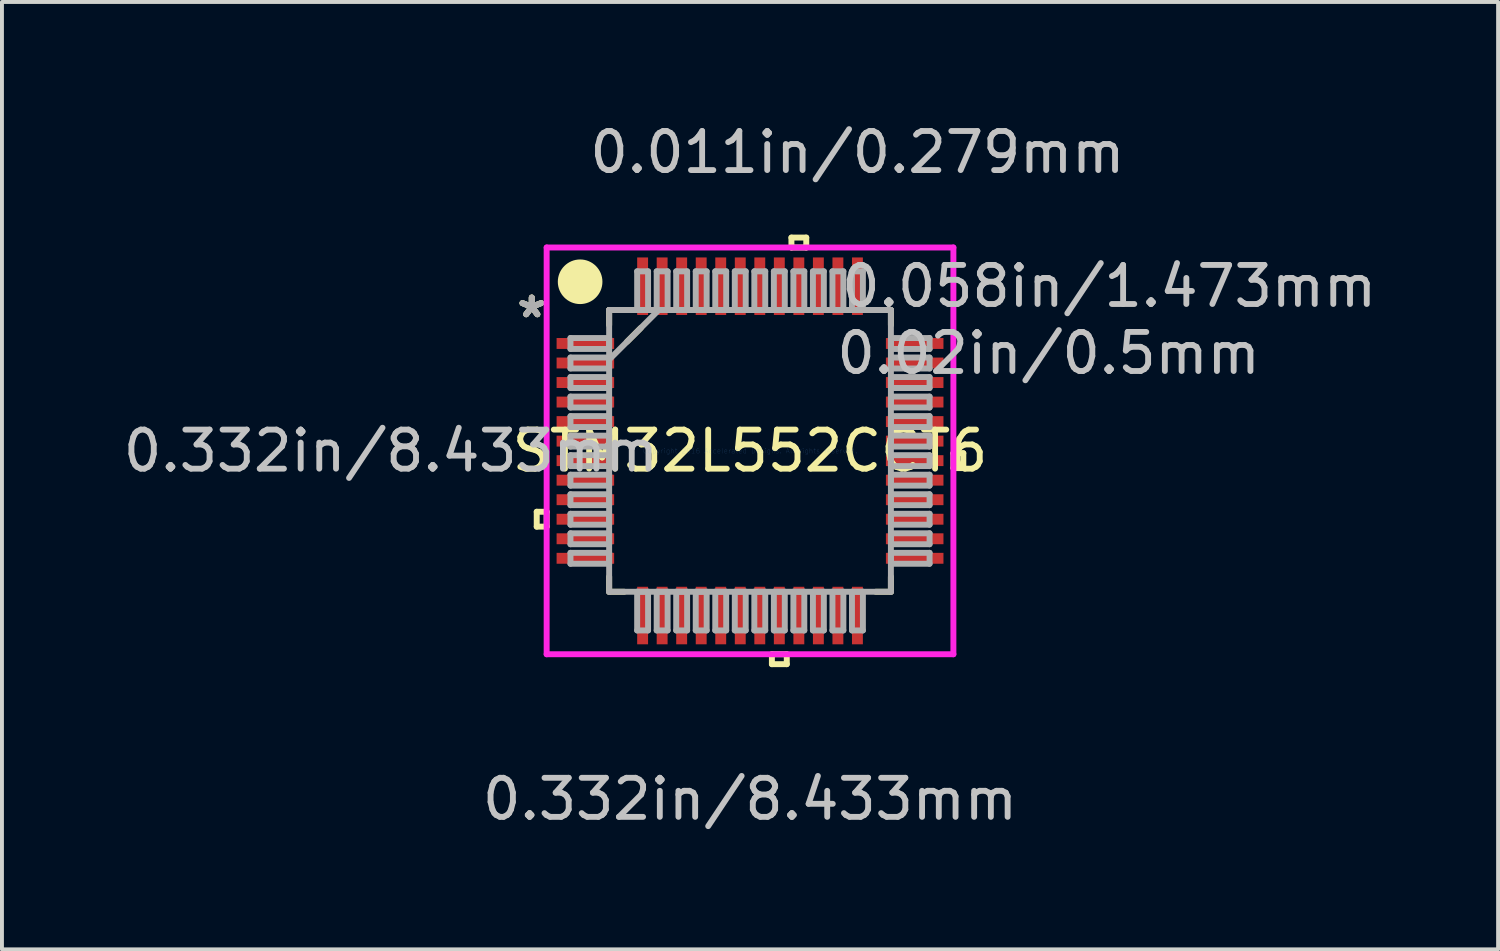
<source format=kicad_pcb>
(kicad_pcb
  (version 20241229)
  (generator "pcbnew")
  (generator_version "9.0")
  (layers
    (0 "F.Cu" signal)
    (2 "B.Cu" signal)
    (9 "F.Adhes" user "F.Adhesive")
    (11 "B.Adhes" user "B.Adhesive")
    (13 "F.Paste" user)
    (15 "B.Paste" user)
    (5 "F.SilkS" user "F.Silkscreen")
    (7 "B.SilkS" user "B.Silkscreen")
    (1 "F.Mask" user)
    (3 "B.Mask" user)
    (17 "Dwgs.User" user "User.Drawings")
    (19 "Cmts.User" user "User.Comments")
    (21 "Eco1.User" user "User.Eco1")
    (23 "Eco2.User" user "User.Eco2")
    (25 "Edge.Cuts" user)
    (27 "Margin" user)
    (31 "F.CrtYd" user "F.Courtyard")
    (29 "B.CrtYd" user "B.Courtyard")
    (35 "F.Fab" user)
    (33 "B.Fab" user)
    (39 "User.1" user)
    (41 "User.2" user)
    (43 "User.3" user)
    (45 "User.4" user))
  (footprint "STM32L552CCT6"
    (layer "F.Cu")
    (at 16.153 8.494)
    (property "Reference" "STM32L552CCT6" (at 0 0 0) (layer "F.SilkS") (effects (font (size 1 1) (thickness 0.15))))
    (fp_line (start -5.461 1.559) (end -5.461 1.94) (stroke (width 0.152) (type solid)) (layer "F.SilkS"))
    (fp_line (start -5.461 1.94) (end -5.207 1.94) (stroke (width 0.152) (type solid)) (layer "F.SilkS"))
    (fp_line (start -5.207 1.559) (end -5.461 1.559) (stroke (width 0.152) (type solid)) (layer "F.SilkS"))
    (fp_line (start -5.207 1.94) (end -5.207 1.559) (stroke (width 0.152) (type solid)) (layer "F.SilkS"))
    (fp_line (start -3.607 -3.607) (end -3.607 -3.222) (stroke (width 0.152) (type solid)) (layer "F.SilkS"))
    (fp_line (start -3.607 3.222) (end -3.607 3.607) (stroke (width 0.152) (type solid)) (layer "F.SilkS"))
    (fp_line (start -3.607 3.607) (end -3.222 3.607) (stroke (width 0.152) (type solid)) (layer "F.SilkS"))
    (fp_line (start -3.222 -3.607) (end -3.607 -3.607) (stroke (width 0.152) (type solid)) (layer "F.SilkS"))
    (fp_line (start -3.147 -2.797) (end -2.797 -3.147) (stroke (width 0.152) (type solid)) (layer "F.SilkS"))
    (fp_line (start 0.56 5.207) (end 0.56 5.461) (stroke (width 0.152) (type solid)) (layer "F.SilkS"))
    (fp_line (start 0.56 5.461) (end 0.941 5.461) (stroke (width 0.152) (type solid)) (layer "F.SilkS"))
    (fp_line (start 0.941 5.207) (end 0.56 5.207) (stroke (width 0.152) (type solid)) (layer "F.SilkS"))
    (fp_line (start 0.941 5.461) (end 0.941 5.207) (stroke (width 0.152) (type solid)) (layer "F.SilkS"))
    (fp_line (start 1.06 -5.461) (end 1.44 -5.461) (stroke (width 0.152) (type solid)) (layer "F.SilkS"))
    (fp_line (start 1.06 -5.207) (end 1.06 -5.461) (stroke (width 0.152) (type solid)) (layer "F.SilkS"))
    (fp_line (start 1.44 -5.461) (end 1.44 -5.207) (stroke (width 0.152) (type solid)) (layer "F.SilkS"))
    (fp_line (start 1.44 -5.207) (end 1.06 -5.207) (stroke (width 0.152) (type solid)) (layer "F.SilkS"))
    (fp_line (start 3.222 3.607) (end 3.607 3.607) (stroke (width 0.152) (type solid)) (layer "F.SilkS"))
    (fp_line (start 3.607 -3.607) (end 3.222 -3.607) (stroke (width 0.152) (type solid)) (layer "F.SilkS"))
    (fp_line (start 3.607 -3.222) (end 3.607 -3.607) (stroke (width 0.152) (type solid)) (layer "F.SilkS"))
    (fp_line (start 3.607 3.607) (end 3.607 3.222) (stroke (width 0.152) (type solid)) (layer "F.SilkS"))
    (fp_line (start 5.207 0.059) (end 5.461 0.059) (stroke (width 0.152) (type solid)) (layer "F.SilkS"))
    (fp_line (start 5.207 0.441) (end 5.207 0.059) (stroke (width 0.152) (type solid)) (layer "F.SilkS"))
    (fp_line (start 5.461 0.059) (end 5.461 0.441) (stroke (width 0.152) (type solid)) (layer "F.SilkS"))
    (fp_line (start 5.461 0.441) (end 5.207 0.441) (stroke (width 0.152) (type solid)) (layer "F.SilkS"))
    (fp_circle (center -4.35 -4.33) (end -3.839 -4.33) (stroke (width 0.12) (type solid)) (fill yes) (layer "F.SilkS"))
    (fp_line (start -5.207 -5.207) (end 5.207 -5.207) (stroke (width 0.152) (type solid)) (layer "F.CrtYd"))
    (fp_line (start -5.207 5.207) (end -5.207 -5.207) (stroke (width 0.152) (type solid)) (layer "F.CrtYd"))
    (fp_line (start 5.207 -5.207) (end 5.207 5.207) (stroke (width 0.152) (type solid)) (layer "F.CrtYd"))
    (fp_line (start 5.207 5.207) (end -5.207 5.207) (stroke (width 0.152) (type solid)) (layer "F.CrtYd"))
    (fp_line (start -4.597 -2.89) (end -4.597 -2.61) (stroke (width 0.152) (type solid)) (layer "F.Fab"))
    (fp_line (start -4.597 -2.61) (end -3.607 -2.61) (stroke (width 0.152) (type solid)) (layer "F.Fab"))
    (fp_line (start -4.597 -2.39) (end -4.597 -2.11) (stroke (width 0.152) (type solid)) (layer "F.Fab"))
    (fp_line (start -4.597 -2.11) (end -3.607 -2.11) (stroke (width 0.152) (type solid)) (layer "F.Fab"))
    (fp_line (start -4.597 -1.89) (end -4.597 -1.61) (stroke (width 0.152) (type solid)) (layer "F.Fab"))
    (fp_line (start -4.597 -1.61) (end -3.607 -1.61) (stroke (width 0.152) (type solid)) (layer "F.Fab"))
    (fp_line (start -4.597 -1.39) (end -4.597 -1.11) (stroke (width 0.152) (type solid)) (layer "F.Fab"))
    (fp_line (start -4.597 -1.11) (end -3.607 -1.11) (stroke (width 0.152) (type solid)) (layer "F.Fab"))
    (fp_line (start -4.597 -0.89) (end -4.597 -0.61) (stroke (width 0.152) (type solid)) (layer "F.Fab"))
    (fp_line (start -4.597 -0.61) (end -3.607 -0.61) (stroke (width 0.152) (type solid)) (layer "F.Fab"))
    (fp_line (start -4.597 -0.39) (end -4.597 -0.11) (stroke (width 0.152) (type solid)) (layer "F.Fab"))
    (fp_line (start -4.597 -0.11) (end -3.607 -0.11) (stroke (width 0.152) (type solid)) (layer "F.Fab"))
    (fp_line (start -4.597 0.11) (end -4.597 0.39) (stroke (width 0.152) (type solid)) (layer "F.Fab"))
    (fp_line (start -4.597 0.39) (end -3.607 0.39) (stroke (width 0.152) (type solid)) (layer "F.Fab"))
    (fp_line (start -4.597 0.61) (end -4.597 0.89) (stroke (width 0.152) (type solid)) (layer "F.Fab"))
    (fp_line (start -4.597 0.89) (end -3.607 0.89) (stroke (width 0.152) (type solid)) (layer "F.Fab"))
    (fp_line (start -4.597 1.11) (end -4.597 1.39) (stroke (width 0.152) (type solid)) (layer "F.Fab"))
    (fp_line (start -4.597 1.39) (end -3.607 1.39) (stroke (width 0.152) (type solid)) (layer "F.Fab"))
    (fp_line (start -4.597 1.61) (end -4.597 1.89) (stroke (width 0.152) (type solid)) (layer "F.Fab"))
    (fp_line (start -4.597 1.89) (end -3.607 1.89) (stroke (width 0.152) (type solid)) (layer "F.Fab"))
    (fp_line (start -4.597 2.11) (end -4.597 2.39) (stroke (width 0.152) (type solid)) (layer "F.Fab"))
    (fp_line (start -4.597 2.39) (end -3.607 2.39) (stroke (width 0.152) (type solid)) (layer "F.Fab"))
    (fp_line (start -4.597 2.61) (end -4.597 2.89) (stroke (width 0.152) (type solid)) (layer "F.Fab"))
    (fp_line (start -4.597 2.89) (end -3.607 2.89) (stroke (width 0.152) (type solid)) (layer "F.Fab"))
    (fp_line (start -3.607 -3.607) (end -3.607 -3.607) (stroke (width 0.152) (type solid)) (layer "F.Fab"))
    (fp_line (start -3.607 -3.607) (end -3.607 3.607) (stroke (width 0.152) (type solid)) (layer "F.Fab"))
    (fp_line (start -3.607 -2.89) (end -4.597 -2.89) (stroke (width 0.152) (type solid)) (layer "F.Fab"))
    (fp_line (start -3.607 -2.61) (end -3.607 -2.89) (stroke (width 0.152) (type solid)) (layer "F.Fab"))
    (fp_line (start -3.607 -2.39) (end -4.597 -2.39) (stroke (width 0.152) (type solid)) (layer "F.Fab"))
    (fp_line (start -3.607 -2.337) (end -2.337 -3.607) (stroke (width 0.152) (type solid)) (layer "F.Fab"))
    (fp_line (start -3.607 -2.11) (end -3.607 -2.39) (stroke (width 0.152) (type solid)) (layer "F.Fab"))
    (fp_line (start -3.607 -1.89) (end -4.597 -1.89) (stroke (width 0.152) (type solid)) (layer "F.Fab"))
    (fp_line (start -3.607 -1.61) (end -3.607 -1.89) (stroke (width 0.152) (type solid)) (layer "F.Fab"))
    (fp_line (start -3.607 -1.39) (end -4.597 -1.39) (stroke (width 0.152) (type solid)) (layer "F.Fab"))
    (fp_line (start -3.607 -1.11) (end -3.607 -1.39) (stroke (width 0.152) (type solid)) (layer "F.Fab"))
    (fp_line (start -3.607 -0.89) (end -4.597 -0.89) (stroke (width 0.152) (type solid)) (layer "F.Fab"))
    (fp_line (start -3.607 -0.61) (end -3.607 -0.89) (stroke (width 0.152) (type solid)) (layer "F.Fab"))
    (fp_line (start -3.607 -0.39) (end -4.597 -0.39) (stroke (width 0.152) (type solid)) (layer "F.Fab"))
    (fp_line (start -3.607 -0.11) (end -3.607 -0.39) (stroke (width 0.152) (type solid)) (layer "F.Fab"))
    (fp_line (start -3.607 0.11) (end -4.597 0.11) (stroke (width 0.152) (type solid)) (layer "F.Fab"))
    (fp_line (start -3.607 0.39) (end -3.607 0.11) (stroke (width 0.152) (type solid)) (layer "F.Fab"))
    (fp_line (start -3.607 0.61) (end -4.597 0.61) (stroke (width 0.152) (type solid)) (layer "F.Fab"))
    (fp_line (start -3.607 0.89) (end -3.607 0.61) (stroke (width 0.152) (type solid)) (layer "F.Fab"))
    (fp_line (start -3.607 1.11) (end -4.597 1.11) (stroke (width 0.152) (type solid)) (layer "F.Fab"))
    (fp_line (start -3.607 1.39) (end -3.607 1.11) (stroke (width 0.152) (type solid)) (layer "F.Fab"))
    (fp_line (start -3.607 1.61) (end -4.597 1.61) (stroke (width 0.152) (type solid)) (layer "F.Fab"))
    (fp_line (start -3.607 1.89) (end -3.607 1.61) (stroke (width 0.152) (type solid)) (layer "F.Fab"))
    (fp_line (start -3.607 2.11) (end -4.597 2.11) (stroke (width 0.152) (type solid)) (layer "F.Fab"))
    (fp_line (start -3.607 2.39) (end -3.607 2.11) (stroke (width 0.152) (type solid)) (layer "F.Fab"))
    (fp_line (start -3.607 2.61) (end -4.597 2.61) (stroke (width 0.152) (type solid)) (layer "F.Fab"))
    (fp_line (start -3.607 2.89) (end -3.607 2.61) (stroke (width 0.152) (type solid)) (layer "F.Fab"))
    (fp_line (start -3.607 3.607) (end -3.607 3.607) (stroke (width 0.152) (type solid)) (layer "F.Fab"))
    (fp_line (start -3.607 3.607) (end 3.607 3.607) (stroke (width 0.152) (type solid)) (layer "F.Fab"))
    (fp_line (start -2.89 -4.597) (end -2.89 -3.607) (stroke (width 0.152) (type solid)) (layer "F.Fab"))
    (fp_line (start -2.89 -3.607) (end -2.61 -3.607) (stroke (width 0.152) (type solid)) (layer "F.Fab"))
    (fp_line (start -2.89 3.607) (end -2.89 4.597) (stroke (width 0.152) (type solid)) (layer "F.Fab"))
    (fp_line (start -2.89 4.597) (end -2.61 4.597) (stroke (width 0.152) (type solid)) (layer "F.Fab"))
    (fp_line (start -2.61 -4.597) (end -2.89 -4.597) (stroke (width 0.152) (type solid)) (layer "F.Fab"))
    (fp_line (start -2.61 -3.607) (end -2.61 -4.597) (stroke (width 0.152) (type solid)) (layer "F.Fab"))
    (fp_line (start -2.61 3.607) (end -2.89 3.607) (stroke (width 0.152) (type solid)) (layer "F.Fab"))
    (fp_line (start -2.61 4.597) (end -2.61 3.607) (stroke (width 0.152) (type solid)) (layer "F.Fab"))
    (fp_line (start -2.39 -4.597) (end -2.39 -3.607) (stroke (width 0.152) (type solid)) (layer "F.Fab"))
    (fp_line (start -2.39 -3.607) (end -2.11 -3.607) (stroke (width 0.152) (type solid)) (layer "F.Fab"))
    (fp_line (start -2.39 3.607) (end -2.39 4.597) (stroke (width 0.152) (type solid)) (layer "F.Fab"))
    (fp_line (start -2.39 4.597) (end -2.11 4.597) (stroke (width 0.152) (type solid)) (layer "F.Fab"))
    (fp_line (start -2.11 -4.597) (end -2.39 -4.597) (stroke (width 0.152) (type solid)) (layer "F.Fab"))
    (fp_line (start -2.11 -3.607) (end -2.11 -4.597) (stroke (width 0.152) (type solid)) (layer "F.Fab"))
    (fp_line (start -2.11 3.607) (end -2.39 3.607) (stroke (width 0.152) (type solid)) (layer "F.Fab"))
    (fp_line (start -2.11 4.597) (end -2.11 3.607) (stroke (width 0.152) (type solid)) (layer "F.Fab"))
    (fp_line (start -1.89 -4.597) (end -1.89 -3.607) (stroke (width 0.152) (type solid)) (layer "F.Fab"))
    (fp_line (start -1.89 -3.607) (end -1.61 -3.607) (stroke (width 0.152) (type solid)) (layer "F.Fab"))
    (fp_line (start -1.89 3.607) (end -1.89 4.597) (stroke (width 0.152) (type solid)) (layer "F.Fab"))
    (fp_line (start -1.89 4.597) (end -1.61 4.597) (stroke (width 0.152) (type solid)) (layer "F.Fab"))
    (fp_line (start -1.61 -4.597) (end -1.89 -4.597) (stroke (width 0.152) (type solid)) (layer "F.Fab"))
    (fp_line (start -1.61 -3.607) (end -1.61 -4.597) (stroke (width 0.152) (type solid)) (layer "F.Fab"))
    (fp_line (start -1.61 3.607) (end -1.89 3.607) (stroke (width 0.152) (type solid)) (layer "F.Fab"))
    (fp_line (start -1.61 4.597) (end -1.61 3.607) (stroke (width 0.152) (type solid)) (layer "F.Fab"))
    (fp_line (start -1.39 -4.597) (end -1.39 -3.607) (stroke (width 0.152) (type solid)) (layer "F.Fab"))
    (fp_line (start -1.39 -3.607) (end -1.11 -3.607) (stroke (width 0.152) (type solid)) (layer "F.Fab"))
    (fp_line (start -1.39 3.607) (end -1.39 4.597) (stroke (width 0.152) (type solid)) (layer "F.Fab"))
    (fp_line (start -1.39 4.597) (end -1.11 4.597) (stroke (width 0.152) (type solid)) (layer "F.Fab"))
    (fp_line (start -1.11 -4.597) (end -1.39 -4.597) (stroke (width 0.152) (type solid)) (layer "F.Fab"))
    (fp_line (start -1.11 -3.607) (end -1.11 -4.597) (stroke (width 0.152) (type solid)) (layer "F.Fab"))
    (fp_line (start -1.11 3.607) (end -1.39 3.607) (stroke (width 0.152) (type solid)) (layer "F.Fab"))
    (fp_line (start -1.11 4.597) (end -1.11 3.607) (stroke (width 0.152) (type solid)) (layer "F.Fab"))
    (fp_line (start -0.89 -4.597) (end -0.89 -3.607) (stroke (width 0.152) (type solid)) (layer "F.Fab"))
    (fp_line (start -0.89 -3.607) (end -0.61 -3.607) (stroke (width 0.152) (type solid)) (layer "F.Fab"))
    (fp_line (start -0.89 3.607) (end -0.89 4.597) (stroke (width 0.152) (type solid)) (layer "F.Fab"))
    (fp_line (start -0.89 4.597) (end -0.61 4.597) (stroke (width 0.152) (type solid)) (layer "F.Fab"))
    (fp_line (start -0.61 -4.597) (end -0.89 -4.597) (stroke (width 0.152) (type solid)) (layer "F.Fab"))
    (fp_line (start -0.61 -3.607) (end -0.61 -4.597) (stroke (width 0.152) (type solid)) (layer "F.Fab"))
    (fp_line (start -0.61 3.607) (end -0.89 3.607) (stroke (width 0.152) (type solid)) (layer "F.Fab"))
    (fp_line (start -0.61 4.597) (end -0.61 3.607) (stroke (width 0.152) (type solid)) (layer "F.Fab"))
    (fp_line (start -0.39 -4.597) (end -0.39 -3.607) (stroke (width 0.152) (type solid)) (layer "F.Fab"))
    (fp_line (start -0.39 -3.607) (end -0.11 -3.607) (stroke (width 0.152) (type solid)) (layer "F.Fab"))
    (fp_line (start -0.39 3.607) (end -0.39 4.597) (stroke (width 0.152) (type solid)) (layer "F.Fab"))
    (fp_line (start -0.39 4.597) (end -0.11 4.597) (stroke (width 0.152) (type solid)) (layer "F.Fab"))
    (fp_line (start -0.11 -4.597) (end -0.39 -4.597) (stroke (width 0.152) (type solid)) (layer "F.Fab"))
    (fp_line (start -0.11 -3.607) (end -0.11 -4.597) (stroke (width 0.152) (type solid)) (layer "F.Fab"))
    (fp_line (start -0.11 3.607) (end -0.39 3.607) (stroke (width 0.152) (type solid)) (layer "F.Fab"))
    (fp_line (start -0.11 4.597) (end -0.11 3.607) (stroke (width 0.152) (type solid)) (layer "F.Fab"))
    (fp_line (start 0.11 -4.597) (end 0.11 -3.607) (stroke (width 0.152) (type solid)) (layer "F.Fab"))
    (fp_line (start 0.11 -3.607) (end 0.39 -3.607) (stroke (width 0.152) (type solid)) (layer "F.Fab"))
    (fp_line (start 0.11 3.607) (end 0.11 4.597) (stroke (width 0.152) (type solid)) (layer "F.Fab"))
    (fp_line (start 0.11 4.597) (end 0.39 4.597) (stroke (width 0.152) (type solid)) (layer "F.Fab"))
    (fp_line (start 0.39 -4.597) (end 0.11 -4.597) (stroke (width 0.152) (type solid)) (layer "F.Fab"))
    (fp_line (start 0.39 -3.607) (end 0.39 -4.597) (stroke (width 0.152) (type solid)) (layer "F.Fab"))
    (fp_line (start 0.39 3.607) (end 0.11 3.607) (stroke (width 0.152) (type solid)) (layer "F.Fab"))
    (fp_line (start 0.39 4.597) (end 0.39 3.607) (stroke (width 0.152) (type solid)) (layer "F.Fab"))
    (fp_line (start 0.61 -4.597) (end 0.61 -3.607) (stroke (width 0.152) (type solid)) (layer "F.Fab"))
    (fp_line (start 0.61 -3.607) (end 0.89 -3.607) (stroke (width 0.152) (type solid)) (layer "F.Fab"))
    (fp_line (start 0.61 3.607) (end 0.61 4.597) (stroke (width 0.152) (type solid)) (layer "F.Fab"))
    (fp_line (start 0.61 4.597) (end 0.89 4.597) (stroke (width 0.152) (type solid)) (layer "F.Fab"))
    (fp_line (start 0.89 -4.597) (end 0.61 -4.597) (stroke (width 0.152) (type solid)) (layer "F.Fab"))
    (fp_line (start 0.89 -3.607) (end 0.89 -4.597) (stroke (width 0.152) (type solid)) (layer "F.Fab"))
    (fp_line (start 0.89 3.607) (end 0.61 3.607) (stroke (width 0.152) (type solid)) (layer "F.Fab"))
    (fp_line (start 0.89 4.597) (end 0.89 3.607) (stroke (width 0.152) (type solid)) (layer "F.Fab"))
    (fp_line (start 1.11 -4.597) (end 1.11 -3.607) (stroke (width 0.152) (type solid)) (layer "F.Fab"))
    (fp_line (start 1.11 -3.607) (end 1.39 -3.607) (stroke (width 0.152) (type solid)) (layer "F.Fab"))
    (fp_line (start 1.11 3.607) (end 1.11 4.597) (stroke (width 0.152) (type solid)) (layer "F.Fab"))
    (fp_line (start 1.11 4.597) (end 1.39 4.597) (stroke (width 0.152) (type solid)) (layer "F.Fab"))
    (fp_line (start 1.39 -4.597) (end 1.11 -4.597) (stroke (width 0.152) (type solid)) (layer "F.Fab"))
    (fp_line (start 1.39 -3.607) (end 1.39 -4.597) (stroke (width 0.152) (type solid)) (layer "F.Fab"))
    (fp_line (start 1.39 3.607) (end 1.11 3.607) (stroke (width 0.152) (type solid)) (layer "F.Fab"))
    (fp_line (start 1.39 4.597) (end 1.39 3.607) (stroke (width 0.152) (type solid)) (layer "F.Fab"))
    (fp_line (start 1.61 -4.597) (end 1.61 -3.607) (stroke (width 0.152) (type solid)) (layer "F.Fab"))
    (fp_line (start 1.61 -3.607) (end 1.89 -3.607) (stroke (width 0.152) (type solid)) (layer "F.Fab"))
    (fp_line (start 1.61 3.607) (end 1.61 4.597) (stroke (width 0.152) (type solid)) (layer "F.Fab"))
    (fp_line (start 1.61 4.597) (end 1.89 4.597) (stroke (width 0.152) (type solid)) (layer "F.Fab"))
    (fp_line (start 1.89 -4.597) (end 1.61 -4.597) (stroke (width 0.152) (type solid)) (layer "F.Fab"))
    (fp_line (start 1.89 -3.607) (end 1.89 -4.597) (stroke (width 0.152) (type solid)) (layer "F.Fab"))
    (fp_line (start 1.89 3.607) (end 1.61 3.607) (stroke (width 0.152) (type solid)) (layer "F.Fab"))
    (fp_line (start 1.89 4.597) (end 1.89 3.607) (stroke (width 0.152) (type solid)) (layer "F.Fab"))
    (fp_line (start 2.11 -4.597) (end 2.11 -3.607) (stroke (width 0.152) (type solid)) (layer "F.Fab"))
    (fp_line (start 2.11 -3.607) (end 2.39 -3.607) (stroke (width 0.152) (type solid)) (layer "F.Fab"))
    (fp_line (start 2.11 3.607) (end 2.11 4.597) (stroke (width 0.152) (type solid)) (layer "F.Fab"))
    (fp_line (start 2.11 4.597) (end 2.39 4.597) (stroke (width 0.152) (type solid)) (layer "F.Fab"))
    (fp_line (start 2.39 -4.597) (end 2.11 -4.597) (stroke (width 0.152) (type solid)) (layer "F.Fab"))
    (fp_line (start 2.39 -3.607) (end 2.39 -4.597) (stroke (width 0.152) (type solid)) (layer "F.Fab"))
    (fp_line (start 2.39 3.607) (end 2.11 3.607) (stroke (width 0.152) (type solid)) (layer "F.Fab"))
    (fp_line (start 2.39 4.597) (end 2.39 3.607) (stroke (width 0.152) (type solid)) (layer "F.Fab"))
    (fp_line (start 2.61 -4.597) (end 2.61 -3.607) (stroke (width 0.152) (type solid)) (layer "F.Fab"))
    (fp_line (start 2.61 -3.607) (end 2.89 -3.607) (stroke (width 0.152) (type solid)) (layer "F.Fab"))
    (fp_line (start 2.61 3.607) (end 2.61 4.597) (stroke (width 0.152) (type solid)) (layer "F.Fab"))
    (fp_line (start 2.61 4.597) (end 2.89 4.597) (stroke (width 0.152) (type solid)) (layer "F.Fab"))
    (fp_line (start 2.89 -4.597) (end 2.61 -4.597) (stroke (width 0.152) (type solid)) (layer "F.Fab"))
    (fp_line (start 2.89 -3.607) (end 2.89 -4.597) (stroke (width 0.152) (type solid)) (layer "F.Fab"))
    (fp_line (start 2.89 3.607) (end 2.61 3.607) (stroke (width 0.152) (type solid)) (layer "F.Fab"))
    (fp_line (start 2.89 4.597) (end 2.89 3.607) (stroke (width 0.152) (type solid)) (layer "F.Fab"))
    (fp_line (start 3.607 -3.607) (end -3.607 -3.607) (stroke (width 0.152) (type solid)) (layer "F.Fab"))
    (fp_line (start 3.607 -3.607) (end 3.607 -3.607) (stroke (width 0.152) (type solid)) (layer "F.Fab"))
    (fp_line (start 3.607 -2.89) (end 3.607 -2.61) (stroke (width 0.152) (type solid)) (layer "F.Fab"))
    (fp_line (start 3.607 -2.61) (end 4.597 -2.61) (stroke (width 0.152) (type solid)) (layer "F.Fab"))
    (fp_line (start 3.607 -2.39) (end 3.607 -2.11) (stroke (width 0.152) (type solid)) (layer "F.Fab"))
    (fp_line (start 3.607 -2.11) (end 4.597 -2.11) (stroke (width 0.152) (type solid)) (layer "F.Fab"))
    (fp_line (start 3.607 -1.89) (end 3.607 -1.61) (stroke (width 0.152) (type solid)) (layer "F.Fab"))
    (fp_line (start 3.607 -1.61) (end 4.597 -1.61) (stroke (width 0.152) (type solid)) (layer "F.Fab"))
    (fp_line (start 3.607 -1.39) (end 3.607 -1.11) (stroke (width 0.152) (type solid)) (layer "F.Fab"))
    (fp_line (start 3.607 -1.11) (end 4.597 -1.11) (stroke (width 0.152) (type solid)) (layer "F.Fab"))
    (fp_line (start 3.607 -0.89) (end 3.607 -0.61) (stroke (width 0.152) (type solid)) (layer "F.Fab"))
    (fp_line (start 3.607 -0.61) (end 4.597 -0.61) (stroke (width 0.152) (type solid)) (layer "F.Fab"))
    (fp_line (start 3.607 -0.39) (end 3.607 -0.11) (stroke (width 0.152) (type solid)) (layer "F.Fab"))
    (fp_line (start 3.607 -0.11) (end 4.597 -0.11) (stroke (width 0.152) (type solid)) (layer "F.Fab"))
    (fp_line (start 3.607 0.11) (end 3.607 0.39) (stroke (width 0.152) (type solid)) (layer "F.Fab"))
    (fp_line (start 3.607 0.39) (end 4.597 0.39) (stroke (width 0.152) (type solid)) (layer "F.Fab"))
    (fp_line (start 3.607 0.61) (end 3.607 0.89) (stroke (width 0.152) (type solid)) (layer "F.Fab"))
    (fp_line (start 3.607 0.89) (end 4.597 0.89) (stroke (width 0.152) (type solid)) (layer "F.Fab"))
    (fp_line (start 3.607 1.11) (end 3.607 1.39) (stroke (width 0.152) (type solid)) (layer "F.Fab"))
    (fp_line (start 3.607 1.39) (end 4.597 1.39) (stroke (width 0.152) (type solid)) (layer "F.Fab"))
    (fp_line (start 3.607 1.61) (end 3.607 1.89) (stroke (width 0.152) (type solid)) (layer "F.Fab"))
    (fp_line (start 3.607 1.89) (end 4.597 1.89) (stroke (width 0.152) (type solid)) (layer "F.Fab"))
    (fp_line (start 3.607 2.11) (end 3.607 2.39) (stroke (width 0.152) (type solid)) (layer "F.Fab"))
    (fp_line (start 3.607 2.39) (end 4.597 2.39) (stroke (width 0.152) (type solid)) (layer "F.Fab"))
    (fp_line (start 3.607 2.61) (end 3.607 2.89) (stroke (width 0.152) (type solid)) (layer "F.Fab"))
    (fp_line (start 3.607 2.89) (end 4.597 2.89) (stroke (width 0.152) (type solid)) (layer "F.Fab"))
    (fp_line (start 3.607 3.607) (end 3.607 -3.607) (stroke (width 0.152) (type solid)) (layer "F.Fab"))
    (fp_line (start 3.607 3.607) (end 3.607 3.607) (stroke (width 0.152) (type solid)) (layer "F.Fab"))
    (fp_line (start 4.597 -2.89) (end 3.607 -2.89) (stroke (width 0.152) (type solid)) (layer "F.Fab"))
    (fp_line (start 4.597 -2.61) (end 4.597 -2.89) (stroke (width 0.152) (type solid)) (layer "F.Fab"))
    (fp_line (start 4.597 -2.39) (end 3.607 -2.39) (stroke (width 0.152) (type solid)) (layer "F.Fab"))
    (fp_line (start 4.597 -2.11) (end 4.597 -2.39) (stroke (width 0.152) (type solid)) (layer "F.Fab"))
    (fp_line (start 4.597 -1.89) (end 3.607 -1.89) (stroke (width 0.152) (type solid)) (layer "F.Fab"))
    (fp_line (start 4.597 -1.61) (end 4.597 -1.89) (stroke (width 0.152) (type solid)) (layer "F.Fab"))
    (fp_line (start 4.597 -1.39) (end 3.607 -1.39) (stroke (width 0.152) (type solid)) (layer "F.Fab"))
    (fp_line (start 4.597 -1.11) (end 4.597 -1.39) (stroke (width 0.152) (type solid)) (layer "F.Fab"))
    (fp_line (start 4.597 -0.89) (end 3.607 -0.89) (stroke (width 0.152) (type solid)) (layer "F.Fab"))
    (fp_line (start 4.597 -0.61) (end 4.597 -0.89) (stroke (width 0.152) (type solid)) (layer "F.Fab"))
    (fp_line (start 4.597 -0.39) (end 3.607 -0.39) (stroke (width 0.152) (type solid)) (layer "F.Fab"))
    (fp_line (start 4.597 -0.11) (end 4.597 -0.39) (stroke (width 0.152) (type solid)) (layer "F.Fab"))
    (fp_line (start 4.597 0.11) (end 3.607 0.11) (stroke (width 0.152) (type solid)) (layer "F.Fab"))
    (fp_line (start 4.597 0.39) (end 4.597 0.11) (stroke (width 0.152) (type solid)) (layer "F.Fab"))
    (fp_line (start 4.597 0.61) (end 3.607 0.61) (stroke (width 0.152) (type solid)) (layer "F.Fab"))
    (fp_line (start 4.597 0.89) (end 4.597 0.61) (stroke (width 0.152) (type solid)) (layer "F.Fab"))
    (fp_line (start 4.597 1.11) (end 3.607 1.11) (stroke (width 0.152) (type solid)) (layer "F.Fab"))
    (fp_line (start 4.597 1.39) (end 4.597 1.11) (stroke (width 0.152) (type solid)) (layer "F.Fab"))
    (fp_line (start 4.597 1.61) (end 3.607 1.61) (stroke (width 0.152) (type solid)) (layer "F.Fab"))
    (fp_line (start 4.597 1.89) (end 4.597 1.61) (stroke (width 0.152) (type solid)) (layer "F.Fab"))
    (fp_line (start 4.597 2.11) (end 3.607 2.11) (stroke (width 0.152) (type solid)) (layer "F.Fab"))
    (fp_line (start 4.597 2.39) (end 4.597 2.11) (stroke (width 0.152) (type solid)) (layer "F.Fab"))
    (fp_line (start 4.597 2.61) (end 3.607 2.61) (stroke (width 0.152) (type solid)) (layer "F.Fab"))
    (fp_line (start 4.597 2.89) (end 4.597 2.61) (stroke (width 0.152) (type solid)) (layer "F.Fab"))
    (fp_text user "*" (at -5.588 -3.381 0) (layer "F.SilkS") (effects (font (size 1 1) (thickness 0.15))))
    (fp_text user "*" (at -5.588 -3.381 0) (layer "F.SilkS") (effects (font (size 1 1) (thickness 0.15))))
    (fp_text user "0.02in/0.5mm" (at 7.645 -2.5 0) (layer "Dwgs.User") (effects (font (size 1 1) (thickness 0.15))))
    (fp_text user "0.058in/1.473mm" (at 9.195 -4.216 0) (layer "Dwgs.User") (effects (font (size 1 1) (thickness 0.15))))
    (fp_text user "0.332in/8.433mm" (at -9.195 0 0) (layer "Dwgs.User") (effects (font (size 1 1) (thickness 0.15))))
    (fp_text user "0.332in/8.433mm" (at 0 8.915 0) (layer "Dwgs.User") (effects (font (size 1 1) (thickness 0.15))))
    (fp_text user "0.011in/0.279mm" (at 2.75 -7.645 0) (layer "Dwgs.User") (effects (font (size 1 1) (thickness 0.15))))
    (fp_text user "Copyright 2016 Accelerated Designs. All rights reserved." (at 0 0 0) (layer "Cmts.User") (effects (font (size 0.127 0.127) (thickness 0.002))))
    (fp_text user "*" (at -5.588 -3.381 0) (layer "F.Fab") (effects (font (size 1 1) (thickness 0.15))))
    (fp_text user "*" (at -5.588 -3.381 0) (layer "F.Fab") (effects (font (size 1 1) (thickness 0.15))))
    (pad "1" smd rect (at -4.216 -2.75 90) (size 0.279 1.473) (layers "F.Cu" "F.Mask" "F.Paste"))
    (pad "2" smd rect (at -4.216 -2.25 90) (size 0.279 1.473) (layers "F.Cu" "F.Mask" "F.Paste"))
    (pad "3" smd rect (at -4.216 -1.75 90) (size 0.279 1.473) (layers "F.Cu" "F.Mask" "F.Paste"))
    (pad "4" smd rect (at -4.216 -1.25 90) (size 0.279 1.473) (layers "F.Cu" "F.Mask" "F.Paste"))
    (pad "5" smd rect (at -4.216 -0.75 90) (size 0.279 1.473) (layers "F.Cu" "F.Mask" "F.Paste"))
    (pad "6" smd rect (at -4.216 -0.25 90) (size 0.279 1.473) (layers "F.Cu" "F.Mask" "F.Paste"))
    (pad "7" smd rect (at -4.216 0.25 90) (size 0.279 1.473) (layers "F.Cu" "F.Mask" "F.Paste"))
    (pad "8" smd rect (at -4.216 0.75 90) (size 0.279 1.473) (layers "F.Cu" "F.Mask" "F.Paste"))
    (pad "9" smd rect (at -4.216 1.25 90) (size 0.279 1.473) (layers "F.Cu" "F.Mask" "F.Paste"))
    (pad "10" smd rect (at -4.216 1.75 90) (size 0.279 1.473) (layers "F.Cu" "F.Mask" "F.Paste"))
    (pad "11" smd rect (at -4.216 2.25 90) (size 0.279 1.473) (layers "F.Cu" "F.Mask" "F.Paste"))
    (pad "12" smd rect (at -4.216 2.75 90) (size 0.279 1.473) (layers "F.Cu" "F.Mask" "F.Paste"))
    (pad "13" smd rect (at -2.75 4.216) (size 0.279 1.473) (layers "F.Cu" "F.Mask" "F.Paste"))
    (pad "14" smd rect (at -2.25 4.216) (size 0.279 1.473) (layers "F.Cu" "F.Mask" "F.Paste"))
    (pad "15" smd rect (at -1.75 4.216) (size 0.279 1.473) (layers "F.Cu" "F.Mask" "F.Paste"))
    (pad "16" smd rect (at -1.25 4.216) (size 0.279 1.473) (layers "F.Cu" "F.Mask" "F.Paste"))
    (pad "17" smd rect (at -0.75 4.216) (size 0.279 1.473) (layers "F.Cu" "F.Mask" "F.Paste"))
    (pad "18" smd rect (at -0.25 4.216) (size 0.279 1.473) (layers "F.Cu" "F.Mask" "F.Paste"))
    (pad "19" smd rect (at 0.25 4.216) (size 0.279 1.473) (layers "F.Cu" "F.Mask" "F.Paste"))
    (pad "20" smd rect (at 0.75 4.216) (size 0.279 1.473) (layers "F.Cu" "F.Mask" "F.Paste"))
    (pad "21" smd rect (at 1.25 4.216) (size 0.279 1.473) (layers "F.Cu" "F.Mask" "F.Paste"))
    (pad "22" smd rect (at 1.75 4.216) (size 0.279 1.473) (layers "F.Cu" "F.Mask" "F.Paste"))
    (pad "23" smd rect (at 2.25 4.216) (size 0.279 1.473) (layers "F.Cu" "F.Mask" "F.Paste"))
    (pad "24" smd rect (at 2.75 4.216) (size 0.279 1.473) (layers "F.Cu" "F.Mask" "F.Paste"))
    (pad "25" smd rect (at 4.216 2.75 90) (size 0.279 1.473) (layers "F.Cu" "F.Mask" "F.Paste"))
    (pad "26" smd rect (at 4.216 2.25 90) (size 0.279 1.473) (layers "F.Cu" "F.Mask" "F.Paste"))
    (pad "27" smd rect (at 4.216 1.75 90) (size 0.279 1.473) (layers "F.Cu" "F.Mask" "F.Paste"))
    (pad "28" smd rect (at 4.216 1.25 90) (size 0.279 1.473) (layers "F.Cu" "F.Mask" "F.Paste"))
    (pad "29" smd rect (at 4.216 0.75 90) (size 0.279 1.473) (layers "F.Cu" "F.Mask" "F.Paste"))
    (pad "30" smd rect (at 4.216 0.25 90) (size 0.279 1.473) (layers "F.Cu" "F.Mask" "F.Paste"))
    (pad "31" smd rect (at 4.216 -0.25 90) (size 0.279 1.473) (layers "F.Cu" "F.Mask" "F.Paste"))
    (pad "32" smd rect (at 4.216 -0.75 90) (size 0.279 1.473) (layers "F.Cu" "F.Mask" "F.Paste"))
    (pad "33" smd rect (at 4.216 -1.25 90) (size 0.279 1.473) (layers "F.Cu" "F.Mask" "F.Paste"))
    (pad "34" smd rect (at 4.216 -1.75 90) (size 0.279 1.473) (layers "F.Cu" "F.Mask" "F.Paste"))
    (pad "35" smd rect (at 4.216 -2.25 90) (size 0.279 1.473) (layers "F.Cu" "F.Mask" "F.Paste"))
    (pad "36" smd rect (at 4.216 -2.75 90) (size 0.279 1.473) (layers "F.Cu" "F.Mask" "F.Paste"))
    (pad "37" smd rect (at 2.75 -4.216) (size 0.279 1.473) (layers "F.Cu" "F.Mask" "F.Paste"))
    (pad "38" smd rect (at 2.25 -4.216) (size 0.279 1.473) (layers "F.Cu" "F.Mask" "F.Paste"))
    (pad "39" smd rect (at 1.75 -4.216) (size 0.279 1.473) (layers "F.Cu" "F.Mask" "F.Paste"))
    (pad "40" smd rect (at 1.25 -4.216) (size 0.279 1.473) (layers "F.Cu" "F.Mask" "F.Paste"))
    (pad "41" smd rect (at 0.75 -4.216) (size 0.279 1.473) (layers "F.Cu" "F.Mask" "F.Paste"))
    (pad "42" smd rect (at 0.25 -4.216) (size 0.279 1.473) (layers "F.Cu" "F.Mask" "F.Paste"))
    (pad "43" smd rect (at -0.25 -4.216) (size 0.279 1.473) (layers "F.Cu" "F.Mask" "F.Paste"))
    (pad "44" smd rect (at -0.75 -4.216) (size 0.279 1.473) (layers "F.Cu" "F.Mask" "F.Paste"))
    (pad "45" smd rect (at -1.25 -4.216) (size 0.279 1.473) (layers "F.Cu" "F.Mask" "F.Paste"))
    (pad "46" smd rect (at -1.75 -4.216) (size 0.279 1.473) (layers "F.Cu" "F.Mask" "F.Paste"))
    (pad "47" smd rect (at -2.25 -4.216) (size 0.279 1.473) (layers "F.Cu" "F.Mask" "F.Paste"))
    (pad "48" smd rect (at -2.75 -4.216) (size 0.279 1.473) (layers "F.Cu" "F.Mask" "F.Paste")))
  (gr_rect
    (start -3 -3)
    (end 35.306 21.257)
    (stroke (width 0.1) (type default))
    (fill no)
    (layer "Edge.Cuts")))
</source>
